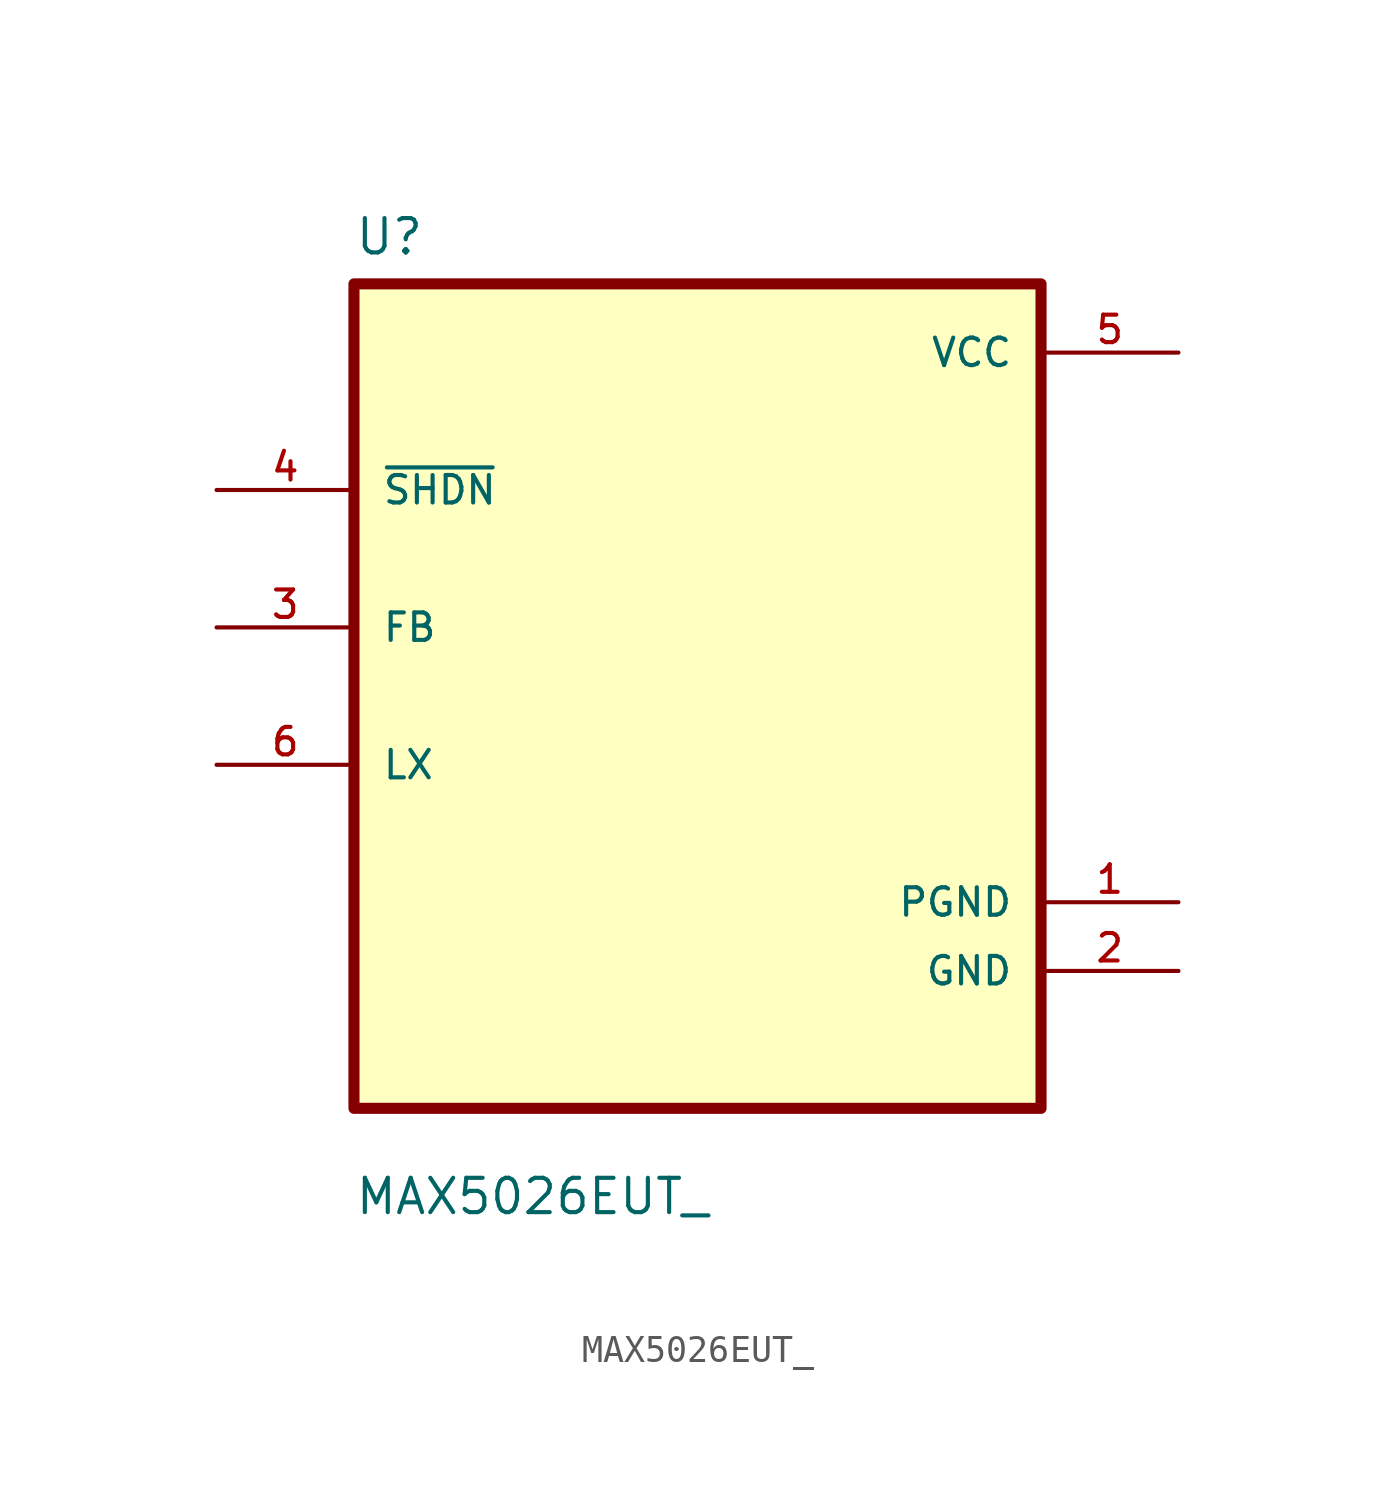
<source format=kicad_sym>
(kicad_symbol_lib
  (version 20220914)
  (generator kicad_symbol_editor)
  (symbol "MAX5026EUT_"
    (pin_names
      (offset 1.016))
    (property "Reference" "U"
      (at -12.7 16.24 0)
      (effects (font (size 1.27 1.27)) (justify left bottom)))
    (property "Value" "MAX5026EUT_"
      (at -12.7 -19.24 0)
      (effects (font (size 1.27 1.27)) (justify left bottom)))
    (symbol "MAX5026EUT__0_0"
      (rectangle (start -12.7 -15.24) (end 12.7 15.24) (stroke (width 0.41) (type default)) (fill (type background)))
      (pin power_in line (at 17.78 -7.62 180) (length 5.08) (name "PGND" (effects (font (size 1.016 1.016)))) (number "1" (effects (font (size 1.016 1.016)))))
      (pin power_in line (at 17.78 -10.16 180) (length 5.08) (name "GND" (effects (font (size 1.016 1.016)))) (number "2" (effects (font (size 1.016 1.016)))))
      (pin bidirectional line (at -17.78 2.54 0) (length 5.08) (name "FB" (effects (font (size 1.016 1.016)))) (number "3" (effects (font (size 1.016 1.016)))))
      (pin bidirectional line (at -17.78 7.62 0) (length 5.08) (name "~{SHDN}" (effects (font (size 1.016 1.016)))) (number "4" (effects (font (size 1.016 1.016)))))
      (pin power_in line (at 17.78 12.7 180) (length 5.08) (name "VCC" (effects (font (size 1.016 1.016)))) (number "5" (effects (font (size 1.016 1.016)))))
      (pin bidirectional line (at -17.78 -2.54 0) (length 5.08) (name "LX" (effects (font (size 1.016 1.016)))) (number "6" (effects (font (size 1.016 1.016))))))))
</source>
